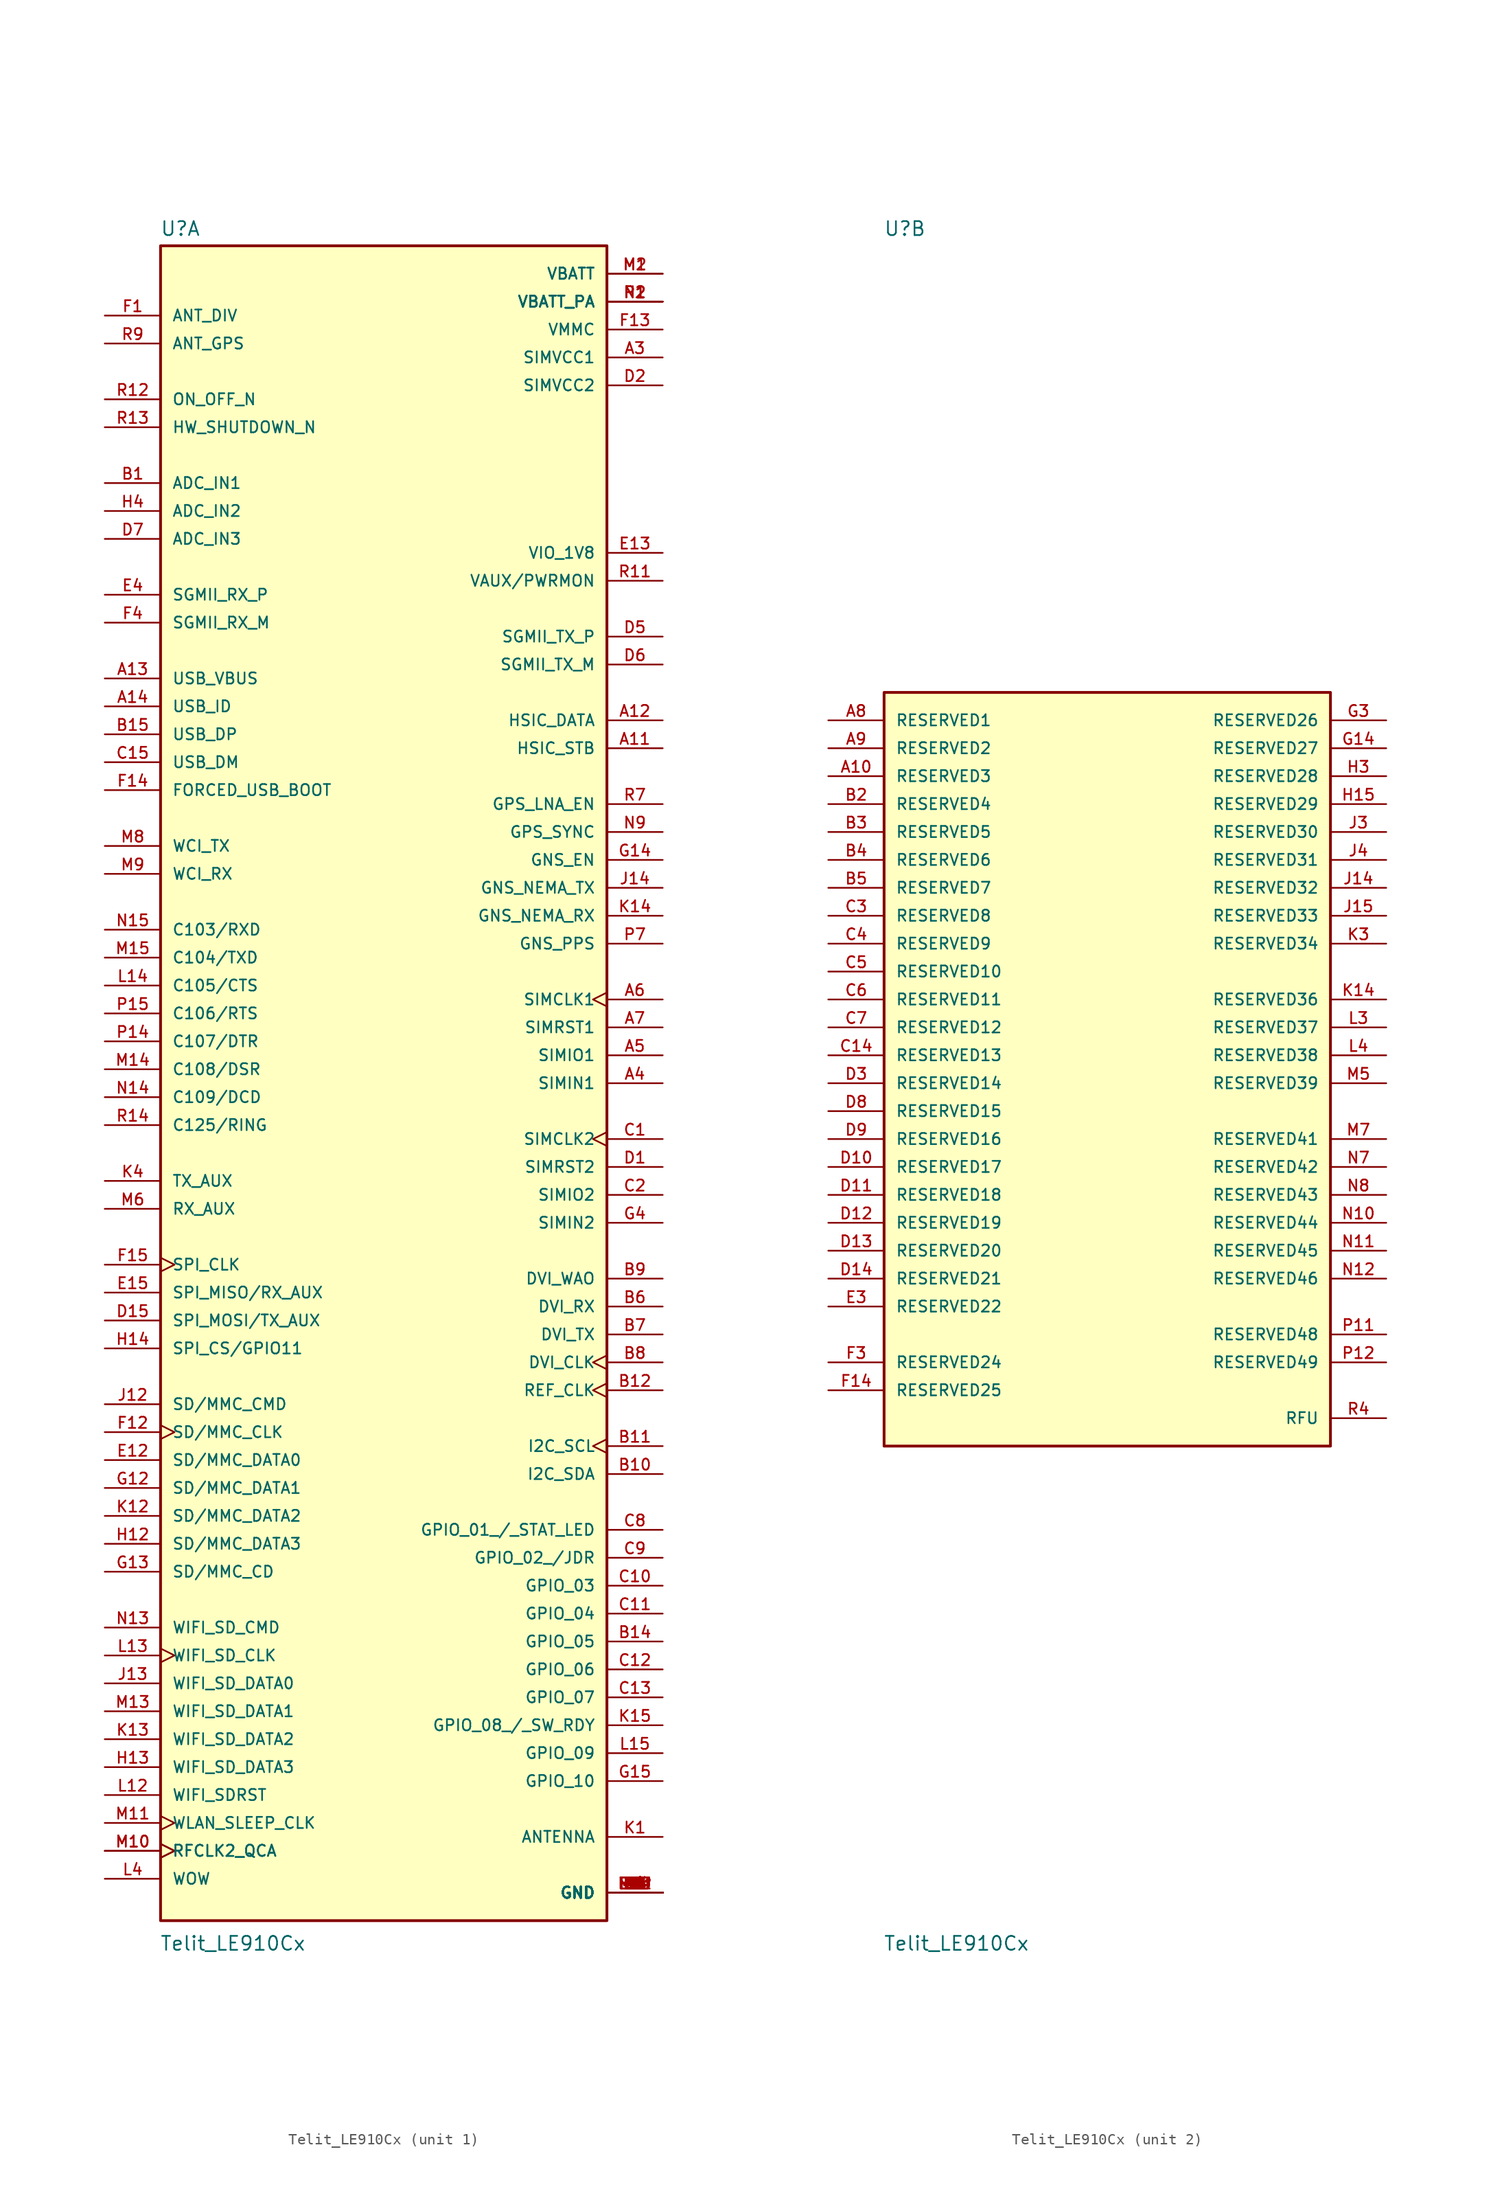
<source format=kicad_sym>
(kicad_symbol_lib
  (version 20211014)
  (generator kicad_symbol_editor)
  (symbol "Telit_LE910Cx"
    (pin_names
      (offset 1.016))
    (property "Reference" "U"
      (at -20.371 77.013 0)
      (effects (font (size 1.27 1.27)) (justify left bottom)))
    (property "Value" "Telit_LE910Cx"
      (at -20.396 -79.019 0)
      (effects (font (size 1.27 1.27)) (justify left bottom)))
    (property "ki_locked" ""
      (at 0 0 0)
      (effects (font (size 1.27 1.27))))
    (symbol "Telit_LE910Cx_1_0"
      (rectangle (start -20.32 -76.2) (end 20.32 76.2) (stroke (width 0.254) (type default) (color 0 0 0 0)) (fill (type background)))
      (pin bidirectional line (at 25.4 30.48 180) (length 5.08) (name "HSIC_STB" (effects (font (size 1.016 1.016)))) (number "A11" (effects (font (size 1.016 1.016)))))
      (pin bidirectional line (at 25.4 33.02 180) (length 5.08) (name "HSIC_DATA" (effects (font (size 1.016 1.016)))) (number "A12" (effects (font (size 1.016 1.016)))))
      (pin input line (at -25.4 36.83 0) (length 5.08) (name "USB_VBUS" (effects (font (size 1.016 1.016)))) (number "A13" (effects (font (size 1.016 1.016)))))
      (pin input line (at -25.4 34.29 0) (length 5.08) (name "USB_ID" (effects (font (size 1.016 1.016)))) (number "A14" (effects (font (size 1.016 1.016)))))
      (pin power_in line (at 25.4 -73.66 180) (length 5.08) (name "GND" (effects (font (size 1.016 1.016)))) (number "A2" (effects (font (size 1.016 1.016)))))
      (pin power_in line (at 25.4 66.04 180) (length 5.08) (name "SIMVCC1" (effects (font (size 1.016 1.016)))) (number "A3" (effects (font (size 1.016 1.016)))))
      (pin input line (at 25.4 0 180) (length 5.08) (name "SIMIN1" (effects (font (size 1.016 1.016)))) (number "A4" (effects (font (size 1.016 1.016)))))
      (pin bidirectional line (at 25.4 2.54 180) (length 5.08) (name "SIMIO1" (effects (font (size 1.016 1.016)))) (number "A5" (effects (font (size 1.016 1.016)))))
      (pin output clock (at 25.4 7.62 180) (length 5.08) (name "SIMCLK1" (effects (font (size 1.016 1.016)))) (number "A6" (effects (font (size 1.016 1.016)))))
      (pin output line (at 25.4 5.08 180) (length 5.08) (name "SIMRST1" (effects (font (size 1.016 1.016)))) (number "A7" (effects (font (size 1.016 1.016)))))
      (pin input line (at -25.4 54.61 0) (length 5.08) (name "ADC_IN1" (effects (font (size 1.016 1.016)))) (number "B1" (effects (font (size 1.016 1.016)))))
      (pin bidirectional line (at 25.4 -35.56 180) (length 5.08) (name "I2C_SDA" (effects (font (size 1.016 1.016)))) (number "B10" (effects (font (size 1.016 1.016)))))
      (pin bidirectional clock (at 25.4 -33.02 180) (length 5.08) (name "I2C_SCL" (effects (font (size 1.016 1.016)))) (number "B11" (effects (font (size 1.016 1.016)))))
      (pin bidirectional clock (at 25.4 -27.94 180) (length 5.08) (name "REF_CLK" (effects (font (size 1.016 1.016)))) (number "B12" (effects (font (size 1.016 1.016)))))
      (pin power_in line (at 25.4 -73.66 180) (length 5.08) (name "GND" (effects (font (size 1.016 1.016)))) (number "B13" (effects (font (size 1.016 1.016)))))
      (pin bidirectional line (at 25.4 -50.8 180) (length 5.08) (name "GPIO_05" (effects (font (size 1.016 1.016)))) (number "B14" (effects (font (size 1.016 1.016)))))
      (pin bidirectional line (at -25.4 31.75 0) (length 5.08) (name "USB_DP" (effects (font (size 1.016 1.016)))) (number "B15" (effects (font (size 1.016 1.016)))))
      (pin bidirectional line (at 25.4 -20.32 180) (length 5.08) (name "DVI_RX" (effects (font (size 1.016 1.016)))) (number "B6" (effects (font (size 1.016 1.016)))))
      (pin bidirectional line (at 25.4 -22.86 180) (length 5.08) (name "DVI_TX" (effects (font (size 1.016 1.016)))) (number "B7" (effects (font (size 1.016 1.016)))))
      (pin bidirectional clock (at 25.4 -25.4 180) (length 5.08) (name "DVI_CLK" (effects (font (size 1.016 1.016)))) (number "B8" (effects (font (size 1.016 1.016)))))
      (pin bidirectional line (at 25.4 -17.78 180) (length 5.08) (name "DVI_WAO" (effects (font (size 1.016 1.016)))) (number "B9" (effects (font (size 1.016 1.016)))))
      (pin output clock (at 25.4 -5.08 180) (length 5.08) (name "SIMCLK2" (effects (font (size 1.016 1.016)))) (number "C1" (effects (font (size 1.016 1.016)))))
      (pin bidirectional line (at 25.4 -45.72 180) (length 5.08) (name "GPIO_03" (effects (font (size 1.016 1.016)))) (number "C10" (effects (font (size 1.016 1.016)))))
      (pin bidirectional line (at 25.4 -48.26 180) (length 5.08) (name "GPIO_04" (effects (font (size 1.016 1.016)))) (number "C11" (effects (font (size 1.016 1.016)))))
      (pin bidirectional line (at 25.4 -53.34 180) (length 5.08) (name "GPIO_06" (effects (font (size 1.016 1.016)))) (number "C12" (effects (font (size 1.016 1.016)))))
      (pin bidirectional line (at 25.4 -55.88 180) (length 5.08) (name "GPIO_07" (effects (font (size 1.016 1.016)))) (number "C13" (effects (font (size 1.016 1.016)))))
      (pin bidirectional line (at -25.4 29.21 0) (length 5.08) (name "USB_DM" (effects (font (size 1.016 1.016)))) (number "C15" (effects (font (size 1.016 1.016)))))
      (pin bidirectional line (at 25.4 -10.16 180) (length 5.08) (name "SIMIO2" (effects (font (size 1.016 1.016)))) (number "C2" (effects (font (size 1.016 1.016)))))
      (pin bidirectional line (at 25.4 -40.64 180) (length 5.08) (name "GPIO_01_/_STAT_LED" (effects (font (size 1.016 1.016)))) (number "C8" (effects (font (size 1.016 1.016)))))
      (pin bidirectional line (at 25.4 -43.18 180) (length 5.08) (name "GPIO_02_/JDR" (effects (font (size 1.016 1.016)))) (number "C9" (effects (font (size 1.016 1.016)))))
      (pin output line (at 25.4 -7.62 180) (length 5.08) (name "SIMRST2" (effects (font (size 1.016 1.016)))) (number "D1" (effects (font (size 1.016 1.016)))))
      (pin output line (at -25.4 -21.59 0) (length 5.08) (name "SPI_MOSI/TX_AUX" (effects (font (size 1.016 1.016)))) (number "D15" (effects (font (size 1.016 1.016)))))
      (pin power_in line (at 25.4 63.5 180) (length 5.08) (name "SIMVCC2" (effects (font (size 1.016 1.016)))) (number "D2" (effects (font (size 1.016 1.016)))))
      (pin power_in line (at 25.4 -73.66 180) (length 5.08) (name "GND" (effects (font (size 1.016 1.016)))) (number "D4" (effects (font (size 1.016 1.016)))))
      (pin output line (at 25.4 40.64 180) (length 5.08) (name "SGMII_TX_P" (effects (font (size 1.016 1.016)))) (number "D5" (effects (font (size 1.016 1.016)))))
      (pin output line (at 25.4 38.1 180) (length 5.08) (name "SGMII_TX_M" (effects (font (size 1.016 1.016)))) (number "D6" (effects (font (size 1.016 1.016)))))
      (pin input line (at -25.4 49.53 0) (length 5.08) (name "ADC_IN3" (effects (font (size 1.016 1.016)))) (number "D7" (effects (font (size 1.016 1.016)))))
      (pin power_in line (at 25.4 -73.66 180) (length 5.08) (name "GND" (effects (font (size 1.016 1.016)))) (number "E1" (effects (font (size 1.016 1.016)))))
      (pin bidirectional line (at -25.4 -34.29 0) (length 5.08) (name "SD/MMC_DATA0" (effects (font (size 1.016 1.016)))) (number "E12" (effects (font (size 1.016 1.016)))))
      (pin power_in line (at 25.4 -73.66 180) (length 5.08) (name "GND" (effects (font (size 1.016 1.016)))) (number "E14" (effects (font (size 1.016 1.016)))))
      (pin input line (at -25.4 -19.05 0) (length 5.08) (name "SPI_MISO/RX_AUX" (effects (font (size 1.016 1.016)))) (number "E15" (effects (font (size 1.016 1.016)))))
      (pin power_in line (at 25.4 -73.66 180) (length 5.08) (name "GND" (effects (font (size 1.016 1.016)))) (number "E2" (effects (font (size 1.016 1.016)))))
      (pin input line (at -25.4 44.45 0) (length 5.08) (name "SGMII_RX_P" (effects (font (size 1.016 1.016)))) (number "E4" (effects (font (size 1.016 1.016)))))
      (pin input line (at -25.4 69.85 0) (length 5.08) (name "ANT_DIV" (effects (font (size 1.016 1.016)))) (number "F1" (effects (font (size 1.016 1.016)))))
      (pin output clock (at -25.4 -31.75 0) (length 5.08) (name "SD/MMC_CLK" (effects (font (size 1.016 1.016)))) (number "F12" (effects (font (size 1.016 1.016)))))
      (pin power_in line (at 25.4 68.58 180) (length 5.08) (name "VMMC" (effects (font (size 1.016 1.016)))) (number "F13" (effects (font (size 1.016 1.016)))))
      (pin output clock (at -25.4 -16.51 0) (length 5.08) (name "SPI_CLK" (effects (font (size 1.016 1.016)))) (number "F15" (effects (font (size 1.016 1.016)))))
      (pin power_in line (at 25.4 -73.66 180) (length 5.08) (name "GND" (effects (font (size 1.016 1.016)))) (number "F2" (effects (font (size 1.016 1.016)))))
      (pin input line (at -25.4 41.91 0) (length 5.08) (name "SGMII_RX_M" (effects (font (size 1.016 1.016)))) (number "F4" (effects (font (size 1.016 1.016)))))
      (pin power_in line (at 25.4 -73.66 180) (length 5.08) (name "GND" (effects (font (size 1.016 1.016)))) (number "G1" (effects (font (size 1.016 1.016)))))
      (pin bidirectional line (at -25.4 -36.83 0) (length 5.08) (name "SD/MMC_DATA1" (effects (font (size 1.016 1.016)))) (number "G12" (effects (font (size 1.016 1.016)))))
      (pin input line (at -25.4 -44.45 0) (length 5.08) (name "SD/MMC_CD" (effects (font (size 1.016 1.016)))) (number "G13" (effects (font (size 1.016 1.016)))))
      (pin bidirectional line (at 25.4 20.32 180) (length 5.08) (name "GNS_EN" (effects (font (size 1.016 1.016)))) (number "G14" (effects (font (size 1.016 1.016)))))
      (pin bidirectional line (at 25.4 -63.5 180) (length 5.08) (name "GPIO_10" (effects (font (size 1.016 1.016)))) (number "G15" (effects (font (size 1.016 1.016)))))
      (pin power_in line (at 25.4 -73.66 180) (length 5.08) (name "GND" (effects (font (size 1.016 1.016)))) (number "G2" (effects (font (size 1.016 1.016)))))
      (pin input line (at 25.4 -12.7 180) (length 5.08) (name "SIMIN2" (effects (font (size 1.016 1.016)))) (number "G4" (effects (font (size 1.016 1.016)))))
      (pin power_in line (at 25.4 -73.66 180) (length 5.08) (name "GND" (effects (font (size 1.016 1.016)))) (number "G7" (effects (font (size 1.016 1.016)))))
      (pin power_in line (at 25.4 -73.66 180) (length 5.08) (name "GND" (effects (font (size 1.016 1.016)))) (number "G8" (effects (font (size 1.016 1.016)))))
      (pin power_in line (at 25.4 -73.66 180) (length 5.08) (name "GND" (effects (font (size 1.016 1.016)))) (number "G9" (effects (font (size 1.016 1.016)))))
      (pin power_in line (at 25.4 -73.66 180) (length 5.08) (name "GND" (effects (font (size 1.016 1.016)))) (number "H1" (effects (font (size 1.016 1.016)))))
      (pin bidirectional line (at -25.4 -41.91 0) (length 5.08) (name "SD/MMC_DATA3" (effects (font (size 1.016 1.016)))) (number "H12" (effects (font (size 1.016 1.016)))))
      (pin bidirectional line (at -25.4 -62.23 0) (length 5.08) (name "WIFI_SD_DATA3" (effects (font (size 1.016 1.016)))) (number "H13" (effects (font (size 1.016 1.016)))))
      (pin output line (at -25.4 -24.13 0) (length 5.08) (name "SPI_CS/GPIO11" (effects (font (size 1.016 1.016)))) (number "H14" (effects (font (size 1.016 1.016)))))
      (pin power_in line (at 25.4 -73.66 180) (length 5.08) (name "GND" (effects (font (size 1.016 1.016)))) (number "H2" (effects (font (size 1.016 1.016)))))
      (pin input line (at -25.4 52.07 0) (length 5.08) (name "ADC_IN2" (effects (font (size 1.016 1.016)))) (number "H4" (effects (font (size 1.016 1.016)))))
      (pin power_in line (at 25.4 -73.66 180) (length 5.08) (name "GND" (effects (font (size 1.016 1.016)))) (number "H7" (effects (font (size 1.016 1.016)))))
      (pin power_in line (at 25.4 -73.66 180) (length 5.08) (name "GND" (effects (font (size 1.016 1.016)))) (number "H8" (effects (font (size 1.016 1.016)))))
      (pin power_in line (at 25.4 -73.66 180) (length 5.08) (name "GND" (effects (font (size 1.016 1.016)))) (number "H9" (effects (font (size 1.016 1.016)))))
      (pin power_in line (at 25.4 -73.66 180) (length 5.08) (name "GND" (effects (font (size 1.016 1.016)))) (number "J1" (effects (font (size 1.016 1.016)))))
      (pin output line (at -25.4 -29.21 0) (length 5.08) (name "SD/MMC_CMD" (effects (font (size 1.016 1.016)))) (number "J12" (effects (font (size 1.016 1.016)))))
      (pin bidirectional line (at -25.4 -54.61 0) (length 5.08) (name "WIFI_SD_DATA0" (effects (font (size 1.016 1.016)))) (number "J13" (effects (font (size 1.016 1.016)))))
      (pin bidirectional line (at 25.4 17.78 180) (length 5.08) (name "GNS_NEMA_TX" (effects (font (size 1.016 1.016)))) (number "J14" (effects (font (size 1.016 1.016)))))
      (pin power_in line (at 25.4 -73.66 180) (length 5.08) (name "GND" (effects (font (size 1.016 1.016)))) (number "J2" (effects (font (size 1.016 1.016)))))
      (pin power_in line (at 25.4 -73.66 180) (length 5.08) (name "GND" (effects (font (size 1.016 1.016)))) (number "J7" (effects (font (size 1.016 1.016)))))
      (pin power_in line (at 25.4 -73.66 180) (length 5.08) (name "GND" (effects (font (size 1.016 1.016)))) (number "J8" (effects (font (size 1.016 1.016)))))
      (pin power_in line (at 25.4 -73.66 180) (length 5.08) (name "GND" (effects (font (size 1.016 1.016)))) (number "J9" (effects (font (size 1.016 1.016)))))
      (pin bidirectional line (at 25.4 -68.58 180) (length 5.08) (name "ANTENNA" (effects (font (size 1.016 1.016)))) (number "K1" (effects (font (size 1.016 1.016)))))
      (pin bidirectional line (at -25.4 -39.37 0) (length 5.08) (name "SD/MMC_DATA2" (effects (font (size 1.016 1.016)))) (number "K12" (effects (font (size 1.016 1.016)))))
      (pin bidirectional line (at -25.4 -59.69 0) (length 5.08) (name "WIFI_SD_DATA2" (effects (font (size 1.016 1.016)))) (number "K13" (effects (font (size 1.016 1.016)))))
      (pin bidirectional line (at 25.4 15.24 180) (length 5.08) (name "GNS_NEMA_RX" (effects (font (size 1.016 1.016)))) (number "K14" (effects (font (size 1.016 1.016)))))
      (pin bidirectional line (at 25.4 -58.42 180) (length 5.08) (name "GPIO_08_/_SW_RDY" (effects (font (size 1.016 1.016)))) (number "K15" (effects (font (size 1.016 1.016)))))
      (pin power_in line (at 25.4 -73.66 180) (length 5.08) (name "GND" (effects (font (size 1.016 1.016)))) (number "K2" (effects (font (size 1.016 1.016)))))
      (pin power_in line (at 25.4 -73.66 180) (length 5.08) (name "GND" (effects (font (size 1.016 1.016)))) (number "L1" (effects (font (size 1.016 1.016)))))
      (pin output line (at -25.4 -64.77 0) (length 5.08) (name "WIFI_SDRST" (effects (font (size 1.016 1.016)))) (number "L12" (effects (font (size 1.016 1.016)))))
      (pin output clock (at -25.4 -52.07 0) (length 5.08) (name "WIFI_SD_CLK" (effects (font (size 1.016 1.016)))) (number "L13" (effects (font (size 1.016 1.016)))))
      (pin input line (at -25.4 8.89 0) (length 5.08) (name "C105/CTS" (effects (font (size 1.016 1.016)))) (number "L14" (effects (font (size 1.016 1.016)))))
      (pin bidirectional line (at 25.4 -60.96 180) (length 5.08) (name "GPIO_09" (effects (font (size 1.016 1.016)))) (number "L15" (effects (font (size 1.016 1.016)))))
      (pin power_in line (at 25.4 -73.66 180) (length 5.08) (name "GND" (effects (font (size 1.016 1.016)))) (number "L2" (effects (font (size 1.016 1.016)))))
      (pin power_in line (at 25.4 73.66 180) (length 5.08) (name "VBATT" (effects (font (size 1.016 1.016)))) (number "M1" (effects (font (size 1.016 1.016)))))
      (pin output clock (at -25.4 -69.85 0) (length 5.08) (name "RFCLK2_QCA" (effects (font (size 1.016 1.016)))) (number "M10" (effects (font (size 1.016 1.016)))))
      (pin output clock (at -25.4 -69.85 0) (length 5.08) (name "RFCLK2_QCA" (effects (font (size 1.016 1.016)))) (number "M10" (effects (font (size 1.016 1.016)))))
      (pin output clock (at -25.4 -67.31 0) (length 5.08) (name "WLAN_SLEEP_CLK" (effects (font (size 1.016 1.016)))) (number "M11" (effects (font (size 1.016 1.016)))))
      (pin power_in line (at 25.4 -73.66 180) (length 5.08) (name "GND" (effects (font (size 1.016 1.016)))) (number "M12" (effects (font (size 1.016 1.016)))))
      (pin bidirectional line (at -25.4 -57.15 0) (length 5.08) (name "WIFI_SD_DATA1" (effects (font (size 1.016 1.016)))) (number "M13" (effects (font (size 1.016 1.016)))))
      (pin input line (at -25.4 1.27 0) (length 5.08) (name "C108/DSR" (effects (font (size 1.016 1.016)))) (number "M14" (effects (font (size 1.016 1.016)))))
      (pin output line (at -25.4 11.43 0) (length 5.08) (name "C104/TXD" (effects (font (size 1.016 1.016)))) (number "M15" (effects (font (size 1.016 1.016)))))
      (pin power_in line (at 25.4 73.66 180) (length 5.08) (name "VBATT" (effects (font (size 1.016 1.016)))) (number "M2" (effects (font (size 1.016 1.016)))))
      (pin power_in line (at 25.4 -73.66 180) (length 5.08) (name "GND" (effects (font (size 1.016 1.016)))) (number "M3" (effects (font (size 1.016 1.016)))))
      (pin power_in line (at 25.4 -73.66 180) (length 5.08) (name "GND" (effects (font (size 1.016 1.016)))) (number "M4" (effects (font (size 1.016 1.016)))))
      (pin bidirectional line (at -25.4 21.59 0) (length 5.08) (name "WCI_TX" (effects (font (size 1.016 1.016)))) (number "M8" (effects (font (size 1.016 1.016)))))
      (pin bidirectional line (at -25.4 19.05 0) (length 5.08) (name "WCI_RX" (effects (font (size 1.016 1.016)))) (number "M9" (effects (font (size 1.016 1.016)))))
      (pin power_in line (at 25.4 71.12 180) (length 5.08) (name "VBATT_PA" (effects (font (size 1.016 1.016)))) (number "N1" (effects (font (size 1.016 1.016)))))
      (pin output line (at -25.4 -49.53 0) (length 5.08) (name "WIFI_SD_CMD" (effects (font (size 1.016 1.016)))) (number "N13" (effects (font (size 1.016 1.016)))))
      (pin output line (at -25.4 -1.27 0) (length 5.08) (name "C109/DCD" (effects (font (size 1.016 1.016)))) (number "N14" (effects (font (size 1.016 1.016)))))
      (pin input line (at -25.4 13.97 0) (length 5.08) (name "C103/RXD" (effects (font (size 1.016 1.016)))) (number "N15" (effects (font (size 1.016 1.016)))))
      (pin power_in line (at 25.4 71.12 180) (length 5.08) (name "VBATT_PA" (effects (font (size 1.016 1.016)))) (number "N2" (effects (font (size 1.016 1.016)))))
      (pin power_in line (at 25.4 -73.66 180) (length 5.08) (name "GND" (effects (font (size 1.016 1.016)))) (number "N3" (effects (font (size 1.016 1.016)))))
      (pin power_in line (at 25.4 -73.66 180) (length 5.08) (name "GND" (effects (font (size 1.016 1.016)))) (number "N4" (effects (font (size 1.016 1.016)))))
      (pin power_in line (at 25.4 -73.66 180) (length 5.08) (name "GND" (effects (font (size 1.016 1.016)))) (number "N5" (effects (font (size 1.016 1.016)))))
      (pin power_in line (at 25.4 -73.66 180) (length 5.08) (name "GND" (effects (font (size 1.016 1.016)))) (number "N6" (effects (font (size 1.016 1.016)))))
      (pin bidirectional line (at 25.4 22.86 180) (length 5.08) (name "GPS_SYNC" (effects (font (size 1.016 1.016)))) (number "N9" (effects (font (size 1.016 1.016)))))
      (pin power_in line (at 25.4 71.12 180) (length 5.08) (name "VBATT_PA" (effects (font (size 1.016 1.016)))) (number "P1" (effects (font (size 1.016 1.016)))))
      (pin power_in line (at 25.4 -73.66 180) (length 5.08) (name "GND" (effects (font (size 1.016 1.016)))) (number "P10" (effects (font (size 1.016 1.016)))))
      (pin power_in line (at 25.4 -73.66 180) (length 5.08) (name "GND" (effects (font (size 1.016 1.016)))) (number "P13" (effects (font (size 1.016 1.016)))))
      (pin output line (at -25.4 3.81 0) (length 5.08) (name "C107/DTR" (effects (font (size 1.016 1.016)))) (number "P14" (effects (font (size 1.016 1.016)))))
      (pin output line (at -25.4 6.35 0) (length 5.08) (name "C106/RTS" (effects (font (size 1.016 1.016)))) (number "P15" (effects (font (size 1.016 1.016)))))
      (pin power_in line (at 25.4 71.12 180) (length 5.08) (name "VBATT_PA" (effects (font (size 1.016 1.016)))) (number "P2" (effects (font (size 1.016 1.016)))))
      (pin power_in line (at 25.4 -73.66 180) (length 5.08) (name "GND" (effects (font (size 1.016 1.016)))) (number "P3" (effects (font (size 1.016 1.016)))))
      (pin power_in line (at 25.4 -73.66 180) (length 5.08) (name "GND" (effects (font (size 1.016 1.016)))) (number "P4" (effects (font (size 1.016 1.016)))))
      (pin power_in line (at 25.4 -73.66 180) (length 5.08) (name "GND" (effects (font (size 1.016 1.016)))) (number "P5" (effects (font (size 1.016 1.016)))))
      (pin power_in line (at 25.4 -73.66 180) (length 5.08) (name "GND" (effects (font (size 1.016 1.016)))) (number "P6" (effects (font (size 1.016 1.016)))))
      (pin bidirectional line (at 25.4 12.7 180) (length 5.08) (name "GNS_PPS" (effects (font (size 1.016 1.016)))) (number "P7" (effects (font (size 1.016 1.016)))))
      (pin power_in line (at 25.4 -73.66 180) (length 5.08) (name "GND" (effects (font (size 1.016 1.016)))) (number "P8" (effects (font (size 1.016 1.016)))))
      (pin power_in line (at 25.4 -73.66 180) (length 5.08) (name "GND" (effects (font (size 1.016 1.016)))) (number "P9" (effects (font (size 1.016 1.016)))))
      (pin power_in line (at 25.4 -73.66 180) (length 5.08) (name "GND" (effects (font (size 1.016 1.016)))) (number "R10" (effects (font (size 1.016 1.016)))))
      (pin output line (at 25.4 45.72 180) (length 5.08) (name "VAUX/PWRMON" (effects (font (size 1.016 1.016)))) (number "R11" (effects (font (size 1.016 1.016)))))
      (pin input line (at -25.4 62.23 0) (length 5.08) (name "ON_OFF_N" (effects (font (size 1.016 1.016)))) (number "R12" (effects (font (size 1.016 1.016)))))
      (pin input line (at -25.4 59.69 0) (length 5.08) (name "HW_SHUTDOWN_N" (effects (font (size 1.016 1.016)))) (number "R13" (effects (font (size 1.016 1.016)))))
      (pin output line (at -25.4 -3.81 0) (length 5.08) (name "C125/RING" (effects (font (size 1.016 1.016)))) (number "R14" (effects (font (size 1.016 1.016)))))
      (pin power_in line (at 25.4 -73.66 180) (length 5.08) (name "GND" (effects (font (size 1.016 1.016)))) (number "R2" (effects (font (size 1.016 1.016)))))
      (pin power_in line (at 25.4 -73.66 180) (length 5.08) (name "GND" (effects (font (size 1.016 1.016)))) (number "R3" (effects (font (size 1.016 1.016)))))
      (pin power_in line (at 25.4 -73.66 180) (length 5.08) (name "GND" (effects (font (size 1.016 1.016)))) (number "R5" (effects (font (size 1.016 1.016)))))
      (pin power_in line (at 25.4 -73.66 180) (length 5.08) (name "GND" (effects (font (size 1.016 1.016)))) (number "R6" (effects (font (size 1.016 1.016)))))
      (pin bidirectional line (at 25.4 25.4 180) (length 5.08) (name "GPS_LNA_EN" (effects (font (size 1.016 1.016)))) (number "R7" (effects (font (size 1.016 1.016)))))
      (pin power_in line (at 25.4 -73.66 180) (length 5.08) (name "GND" (effects (font (size 1.016 1.016)))) (number "R8" (effects (font (size 1.016 1.016)))))
      (pin input line (at -25.4 67.31 0) (length 5.08) (name "ANT_GPS" (effects (font (size 1.016 1.016)))) (number "R9" (effects (font (size 1.016 1.016))))))
    (symbol "Telit_LE910Cx_1_1"
      (pin passive line (at 25.4 48.26 180) (length 5.08) (name "VIO_1V8" (effects (font (size 1.016 1.016)))) (number "E13" (effects (font (size 1.016 1.016)))))
      (pin input line (at -25.4 26.67 0) (length 5.08) (name "FORCED_USB_BOOT" (effects (font (size 1.016 1.016)))) (number "F14" (effects (font (size 1.016 1.016)))))
      (pin output line (at -25.4 -8.89 0) (length 5.08) (name "TX_AUX" (effects (font (size 1.016 1.016)))) (number "K4" (effects (font (size 1.016 1.016)))))
      (pin input line (at -25.4 -72.39 0) (length 5.08) (name "WOW" (effects (font (size 1.016 1.016)))) (number "L4" (effects (font (size 1.016 1.016)))))
      (pin input line (at -25.4 -11.43 0) (length 5.08) (name "RX_AUX" (effects (font (size 1.016 1.016)))) (number "M6" (effects (font (size 1.016 1.016))))))
    (symbol "Telit_LE910Cx_2_0"
      (rectangle (start -20.32 -33.02) (end 20.32 35.56) (stroke (width 0.254) (type default) (color 0 0 0 0)) (fill (type background)))
      (pin passive line (at -25.4 27.94 0) (length 5.08) (name "RESERVED3" (effects (font (size 1.016 1.016)))) (number "A10" (effects (font (size 1.016 1.016)))))
      (pin passive line (at -25.4 33.02 0) (length 5.08) (name "RESERVED1" (effects (font (size 1.016 1.016)))) (number "A8" (effects (font (size 1.016 1.016)))))
      (pin passive line (at -25.4 30.48 0) (length 5.08) (name "RESERVED2" (effects (font (size 1.016 1.016)))) (number "A9" (effects (font (size 1.016 1.016)))))
      (pin passive line (at -25.4 25.4 0) (length 5.08) (name "RESERVED4" (effects (font (size 1.016 1.016)))) (number "B2" (effects (font (size 1.016 1.016)))))
      (pin passive line (at -25.4 22.86 0) (length 5.08) (name "RESERVED5" (effects (font (size 1.016 1.016)))) (number "B3" (effects (font (size 1.016 1.016)))))
      (pin passive line (at -25.4 20.32 0) (length 5.08) (name "RESERVED6" (effects (font (size 1.016 1.016)))) (number "B4" (effects (font (size 1.016 1.016)))))
      (pin passive line (at -25.4 17.78 0) (length 5.08) (name "RESERVED7" (effects (font (size 1.016 1.016)))) (number "B5" (effects (font (size 1.016 1.016)))))
      (pin passive line (at -25.4 2.54 0) (length 5.08) (name "RESERVED13" (effects (font (size 1.016 1.016)))) (number "C14" (effects (font (size 1.016 1.016)))))
      (pin passive line (at -25.4 15.24 0) (length 5.08) (name "RESERVED8" (effects (font (size 1.016 1.016)))) (number "C3" (effects (font (size 1.016 1.016)))))
      (pin passive line (at -25.4 12.7 0) (length 5.08) (name "RESERVED9" (effects (font (size 1.016 1.016)))) (number "C4" (effects (font (size 1.016 1.016)))))
      (pin passive line (at -25.4 10.16 0) (length 5.08) (name "RESERVED10" (effects (font (size 1.016 1.016)))) (number "C5" (effects (font (size 1.016 1.016)))))
      (pin passive line (at -25.4 7.62 0) (length 5.08) (name "RESERVED11" (effects (font (size 1.016 1.016)))) (number "C6" (effects (font (size 1.016 1.016)))))
      (pin passive line (at -25.4 5.08 0) (length 5.08) (name "RESERVED12" (effects (font (size 1.016 1.016)))) (number "C7" (effects (font (size 1.016 1.016)))))
      (pin passive line (at -25.4 -7.62 0) (length 5.08) (name "RESERVED17" (effects (font (size 1.016 1.016)))) (number "D10" (effects (font (size 1.016 1.016)))))
      (pin passive line (at -25.4 -10.16 0) (length 5.08) (name "RESERVED18" (effects (font (size 1.016 1.016)))) (number "D11" (effects (font (size 1.016 1.016)))))
      (pin passive line (at -25.4 -12.7 0) (length 5.08) (name "RESERVED19" (effects (font (size 1.016 1.016)))) (number "D12" (effects (font (size 1.016 1.016)))))
      (pin passive line (at -25.4 -15.24 0) (length 5.08) (name "RESERVED20" (effects (font (size 1.016 1.016)))) (number "D13" (effects (font (size 1.016 1.016)))))
      (pin passive line (at -25.4 -17.78 0) (length 5.08) (name "RESERVED21" (effects (font (size 1.016 1.016)))) (number "D14" (effects (font (size 1.016 1.016)))))
      (pin passive line (at -25.4 0 0) (length 5.08) (name "RESERVED14" (effects (font (size 1.016 1.016)))) (number "D3" (effects (font (size 1.016 1.016)))))
      (pin passive line (at -25.4 -2.54 0) (length 5.08) (name "RESERVED15" (effects (font (size 1.016 1.016)))) (number "D8" (effects (font (size 1.016 1.016)))))
      (pin passive line (at -25.4 -5.08 0) (length 5.08) (name "RESERVED16" (effects (font (size 1.016 1.016)))) (number "D9" (effects (font (size 1.016 1.016)))))
      (pin passive line (at -25.4 -20.32 0) (length 5.08) (name "RESERVED22" (effects (font (size 1.016 1.016)))) (number "E3" (effects (font (size 1.016 1.016)))))
      (pin passive line (at -25.4 -27.94 0) (length 5.08) (name "RESERVED25" (effects (font (size 1.016 1.016)))) (number "F14" (effects (font (size 1.016 1.016)))))
      (pin passive line (at -25.4 -25.4 0) (length 5.08) (name "RESERVED24" (effects (font (size 1.016 1.016)))) (number "F3" (effects (font (size 1.016 1.016)))))
      (pin passive line (at 25.4 30.48 180) (length 5.08) (name "RESERVED27" (effects (font (size 1.016 1.016)))) (number "G14" (effects (font (size 1.016 1.016)))))
      (pin passive line (at 25.4 33.02 180) (length 5.08) (name "RESERVED26" (effects (font (size 1.016 1.016)))) (number "G3" (effects (font (size 1.016 1.016)))))
      (pin passive line (at 25.4 25.4 180) (length 5.08) (name "RESERVED29" (effects (font (size 1.016 1.016)))) (number "H15" (effects (font (size 1.016 1.016)))))
      (pin passive line (at 25.4 27.94 180) (length 5.08) (name "RESERVED28" (effects (font (size 1.016 1.016)))) (number "H3" (effects (font (size 1.016 1.016)))))
      (pin passive line (at 25.4 17.78 180) (length 5.08) (name "RESERVED32" (effects (font (size 1.016 1.016)))) (number "J14" (effects (font (size 1.016 1.016)))))
      (pin passive line (at 25.4 15.24 180) (length 5.08) (name "RESERVED33" (effects (font (size 1.016 1.016)))) (number "J15" (effects (font (size 1.016 1.016)))))
      (pin passive line (at 25.4 22.86 180) (length 5.08) (name "RESERVED30" (effects (font (size 1.016 1.016)))) (number "J3" (effects (font (size 1.016 1.016)))))
      (pin passive line (at 25.4 20.32 180) (length 5.08) (name "RESERVED31" (effects (font (size 1.016 1.016)))) (number "J4" (effects (font (size 1.016 1.016)))))
      (pin passive line (at 25.4 7.62 180) (length 5.08) (name "RESERVED36" (effects (font (size 1.016 1.016)))) (number "K14" (effects (font (size 1.016 1.016)))))
      (pin passive line (at 25.4 12.7 180) (length 5.08) (name "RESERVED34" (effects (font (size 1.016 1.016)))) (number "K3" (effects (font (size 1.016 1.016)))))
      (pin passive line (at 25.4 5.08 180) (length 5.08) (name "RESERVED37" (effects (font (size 1.016 1.016)))) (number "L3" (effects (font (size 1.016 1.016)))))
      (pin passive line (at 25.4 2.54 180) (length 5.08) (name "RESERVED38" (effects (font (size 1.016 1.016)))) (number "L4" (effects (font (size 1.016 1.016)))))
      (pin passive line (at 25.4 0 180) (length 5.08) (name "RESERVED39" (effects (font (size 1.016 1.016)))) (number "M5" (effects (font (size 1.016 1.016)))))
      (pin passive line (at 25.4 -5.08 180) (length 5.08) (name "RESERVED41" (effects (font (size 1.016 1.016)))) (number "M7" (effects (font (size 1.016 1.016)))))
      (pin passive line (at 25.4 -12.7 180) (length 5.08) (name "RESERVED44" (effects (font (size 1.016 1.016)))) (number "N10" (effects (font (size 1.016 1.016)))))
      (pin passive line (at 25.4 -15.24 180) (length 5.08) (name "RESERVED45" (effects (font (size 1.016 1.016)))) (number "N11" (effects (font (size 1.016 1.016)))))
      (pin passive line (at 25.4 -17.78 180) (length 5.08) (name "RESERVED46" (effects (font (size 1.016 1.016)))) (number "N12" (effects (font (size 1.016 1.016)))))
      (pin passive line (at 25.4 -7.62 180) (length 5.08) (name "RESERVED42" (effects (font (size 1.016 1.016)))) (number "N7" (effects (font (size 1.016 1.016)))))
      (pin passive line (at 25.4 -10.16 180) (length 5.08) (name "RESERVED43" (effects (font (size 1.016 1.016)))) (number "N8" (effects (font (size 1.016 1.016)))))
      (pin passive line (at 25.4 -22.86 180) (length 5.08) (name "RESERVED48" (effects (font (size 1.016 1.016)))) (number "P11" (effects (font (size 1.016 1.016)))))
      (pin passive line (at 25.4 -25.4 180) (length 5.08) (name "RESERVED49" (effects (font (size 1.016 1.016)))) (number "P12" (effects (font (size 1.016 1.016)))))
      (pin passive line (at 25.4 -30.48 180) (length 5.08) (name "RFU" (effects (font (size 1.016 1.016)))) (number "R4" (effects (font (size 1.016 1.016))))))))
</source>
